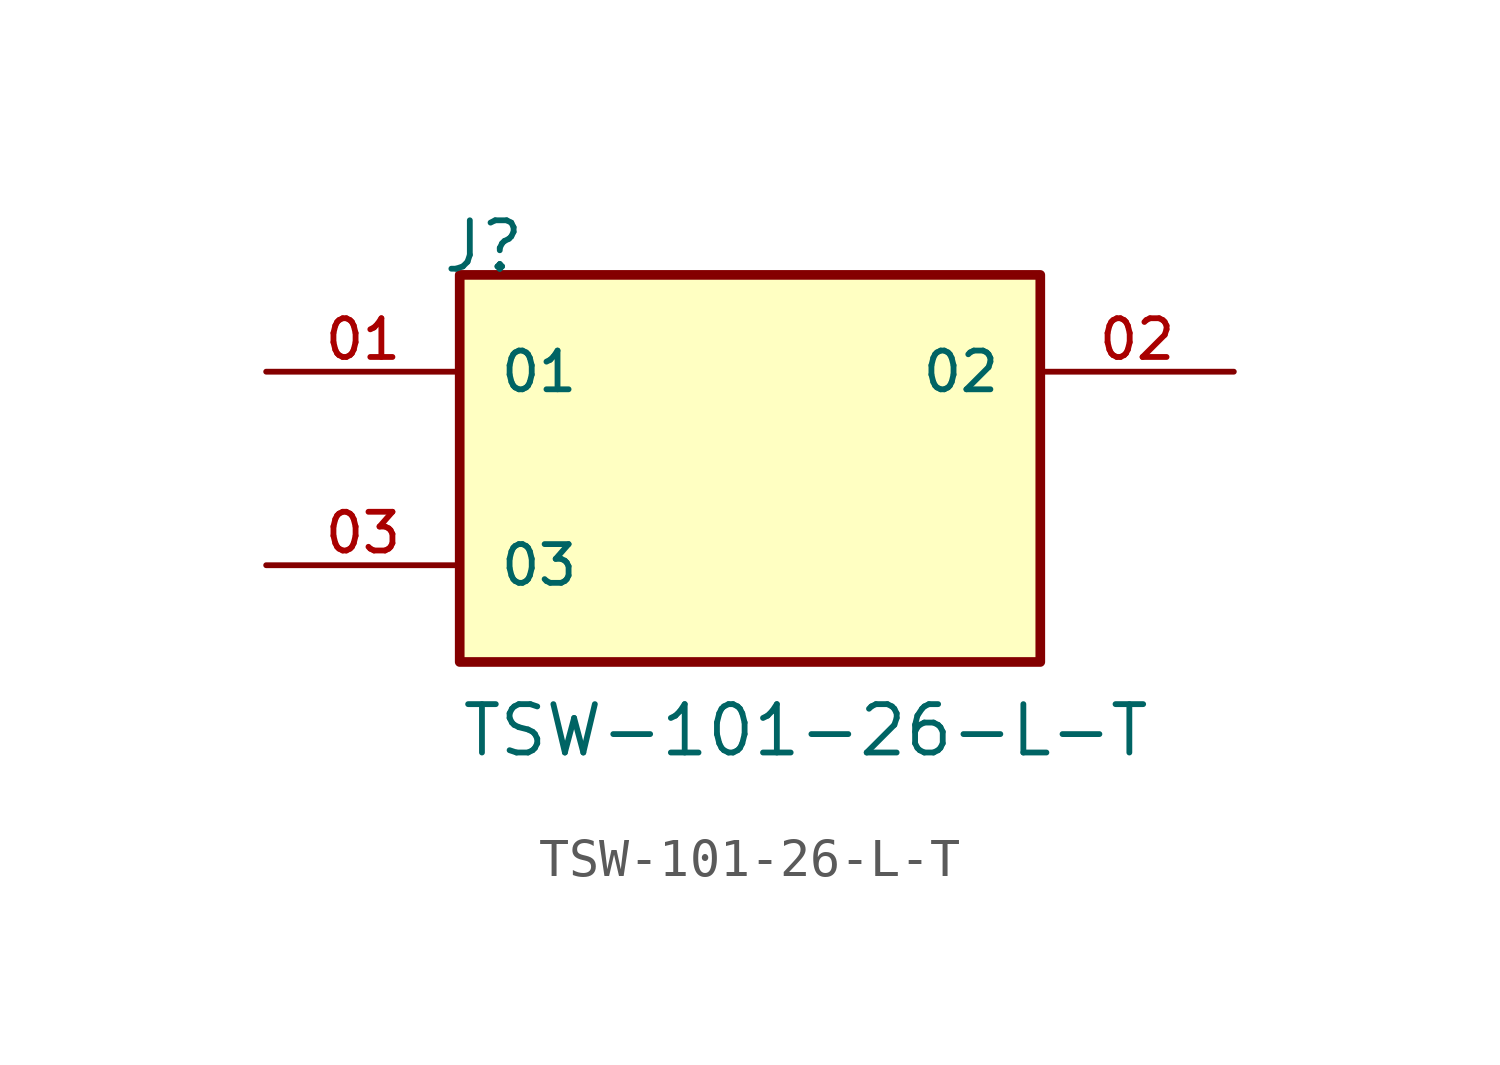
<source format=kicad_sym>
(kicad_symbol_lib
  (version 20211014)
  (generator kicad_symbol_editor)
  (symbol "TSW-101-26-L-T"
    (pin_names
      (offset 1.016))
    (property "Reference" "J"
      (at -8.12 5.08 0)
      (effects (font (size 1.27 1.27)) (justify bottom left)))
    (property "Value" "TSW-101-26-L-T"
      (at -7.62 -7.62 0)
      (effects (font (size 1.27 1.27)) (justify bottom left)))
    (symbol "TSW-101-26-L-T_0_0"
      (rectangle (start -7.62 -5.08) (end 7.62 5.08) (stroke (width 0.254)) (fill (type background)))
      (pin passive line (at -12.7 2.54 0) (length 5.08) (name "01" (effects (font (size 1.016 1.016)))) (number "01" (effects (font (size 1.016 1.016)))))
      (pin passive line (at 12.7 2.54 180.0) (length 5.08) (name "02" (effects (font (size 1.016 1.016)))) (number "02" (effects (font (size 1.016 1.016)))))
      (pin passive line (at -12.7 -2.54 0) (length 5.08) (name "03" (effects (font (size 1.016 1.016)))) (number "03" (effects (font (size 1.016 1.016))))))))
</source>
